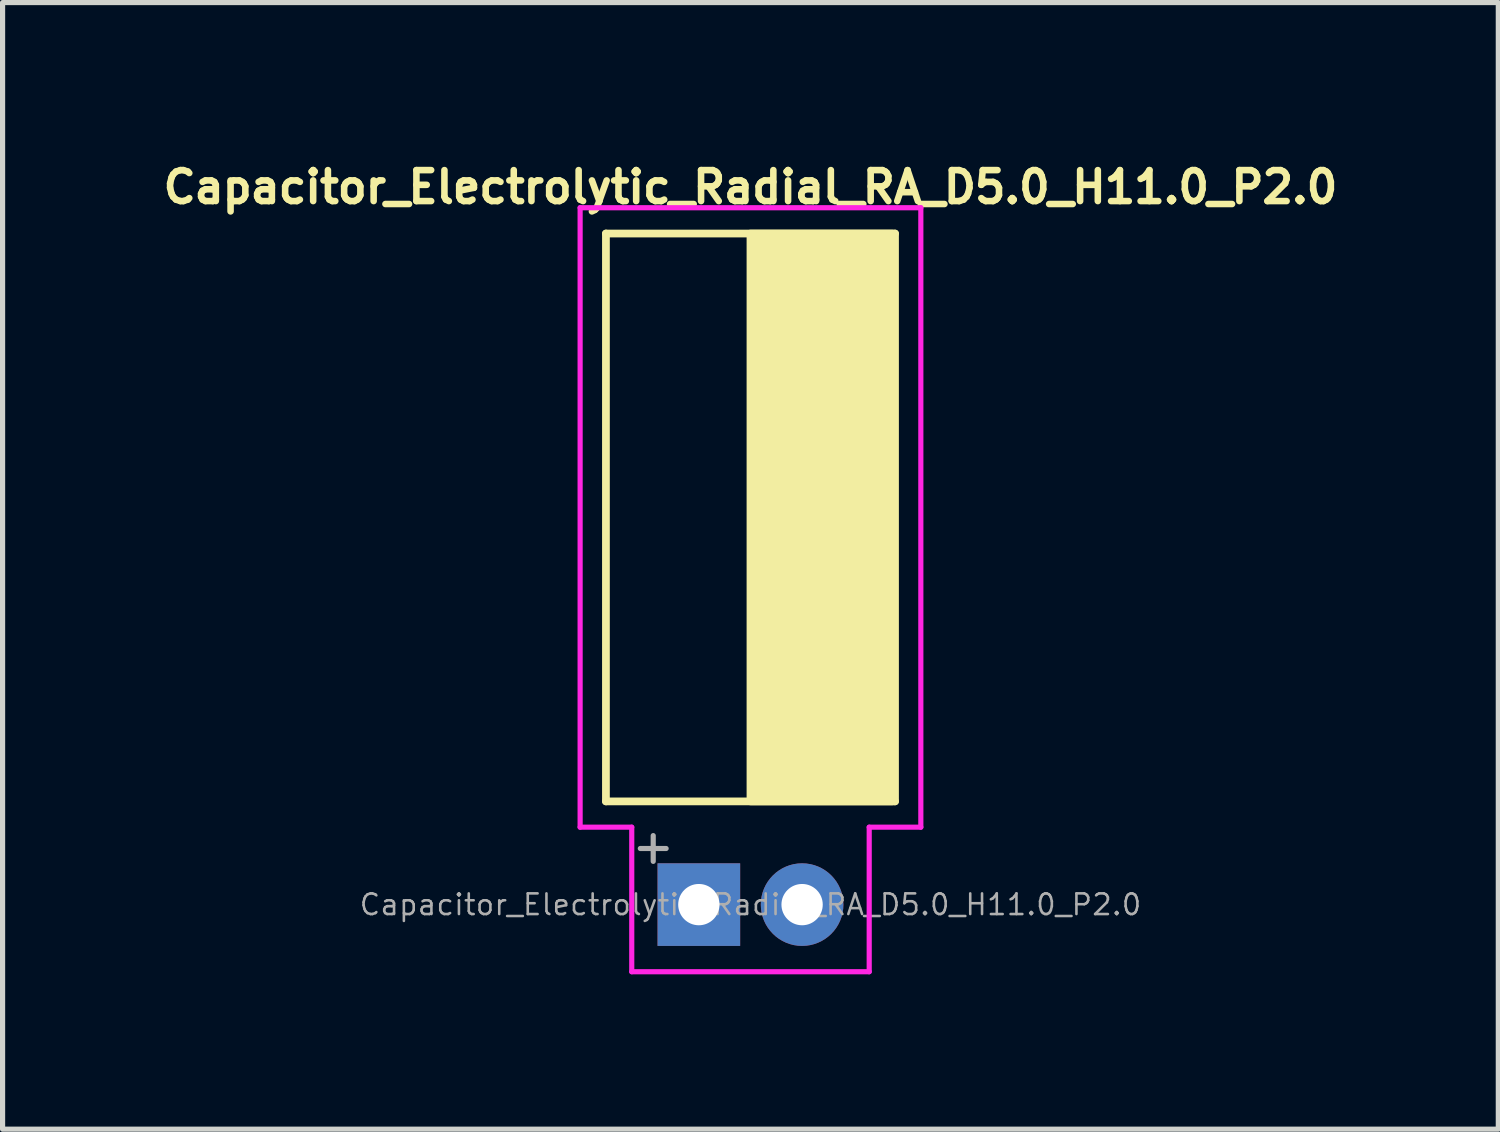
<source format=kicad_pcb>
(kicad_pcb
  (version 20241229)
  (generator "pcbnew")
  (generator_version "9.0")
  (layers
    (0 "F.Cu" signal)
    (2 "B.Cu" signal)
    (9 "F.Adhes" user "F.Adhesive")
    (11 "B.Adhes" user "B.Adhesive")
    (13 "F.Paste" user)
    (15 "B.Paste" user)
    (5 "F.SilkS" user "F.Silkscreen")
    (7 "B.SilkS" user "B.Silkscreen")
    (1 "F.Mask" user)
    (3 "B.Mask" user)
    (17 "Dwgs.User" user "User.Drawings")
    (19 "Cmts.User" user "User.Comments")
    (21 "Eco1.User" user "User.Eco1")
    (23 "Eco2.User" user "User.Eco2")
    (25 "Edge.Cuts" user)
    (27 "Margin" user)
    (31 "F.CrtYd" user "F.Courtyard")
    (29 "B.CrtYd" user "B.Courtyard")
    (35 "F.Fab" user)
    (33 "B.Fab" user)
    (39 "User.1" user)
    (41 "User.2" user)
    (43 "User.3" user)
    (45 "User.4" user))
  (footprint "Capacitor_Electrolytic_Radial_RA_D5.0_H11.0_P2.0"
    (layer "F.Cu")
    (at 11.488 14.474)
    (property "Reference" "Capacitor_Electrolytic_Radial_RA_D5.0_H11.0_P2.0" (at 0 -13.9 0) (layer "F.SilkS") (effects (font (size 0.6 0.6) (thickness 0.127))))
    (attr through_hole)
    (fp_line (start -2.8 -13) (end 2.8 -13) (stroke (width 0.15) (type solid)) (layer "F.SilkS"))
    (fp_line (start -2.8 -2) (end -2.8 -13) (stroke (width 0.15) (type solid)) (layer "F.SilkS"))
    (fp_line (start 2.8 -2) (end -2.8 -2) (stroke (width 0.15) (type solid)) (layer "F.SilkS"))
    (fp_line (start 2.8 -2) (end 2.8 -13) (stroke (width 0.15) (type solid)) (layer "F.SilkS"))
    (fp_poly (pts (xy 0 -13) (xy 0 -2) (xy 2.75 -2) (xy 2.75 -13)) (stroke (width 0.15) (type solid)) (fill yes) (layer "F.SilkS"))
    (fp_line (start -3.3 -13.5) (end -3.3 -1.5) (stroke (width 0.1) (type solid)) (layer "F.CrtYd"))
    (fp_line (start -2.3 -1.5) (end -3.3 -1.5) (stroke (width 0.1) (type solid)) (layer "F.CrtYd"))
    (fp_line (start -2.3 1.3) (end -2.3 -1.5) (stroke (width 0.1) (type solid)) (layer "F.CrtYd"))
    (fp_line (start -2.3 1.3) (end 2.3 1.3) (stroke (width 0.1) (type solid)) (layer "F.CrtYd"))
    (fp_line (start 2.3 -1.5) (end 3.3 -1.5) (stroke (width 0.1) (type solid)) (layer "F.CrtYd"))
    (fp_line (start 2.3 1.3) (end 2.3 -1.5) (stroke (width 0.1) (type solid)) (layer "F.CrtYd"))
    (fp_line (start 3.3 -13.5) (end -3.3 -13.5) (stroke (width 0.1) (type solid)) (layer "F.CrtYd"))
    (fp_line (start 3.3 -1.5) (end 3.3 -13.5) (stroke (width 0.1) (type solid)) (layer "F.CrtYd"))
    (fp_line (start -2.134 -1.087) (end -1.634 -1.087) (stroke (width 0.1) (type solid)) (layer "F.Fab"))
    (fp_line (start -1.884 -1.337) (end -1.884 -0.838) (stroke (width 0.1) (type solid)) (layer "F.Fab"))
    (fp_text user "${REFERENCE}" (at 0 0 0) (layer "F.Fab") (effects (font (size 0.4 0.4) (thickness 0.05))))
    (pad "1" thru_hole rect (at -1 0) (size 1.6 1.6) (drill 0.8) (layers "*.Cu" "*.Mask"))
    (pad "2" thru_hole circle (at 1 0) (size 1.6 1.6) (drill 0.8) (layers "*.Cu" "*.Mask")))
  (gr_rect
    (start -3 -3)
    (end 25.975 18.824)
    (stroke (width 0.1) (type default))
    (fill no)
    (layer "Edge.Cuts")))
</source>
